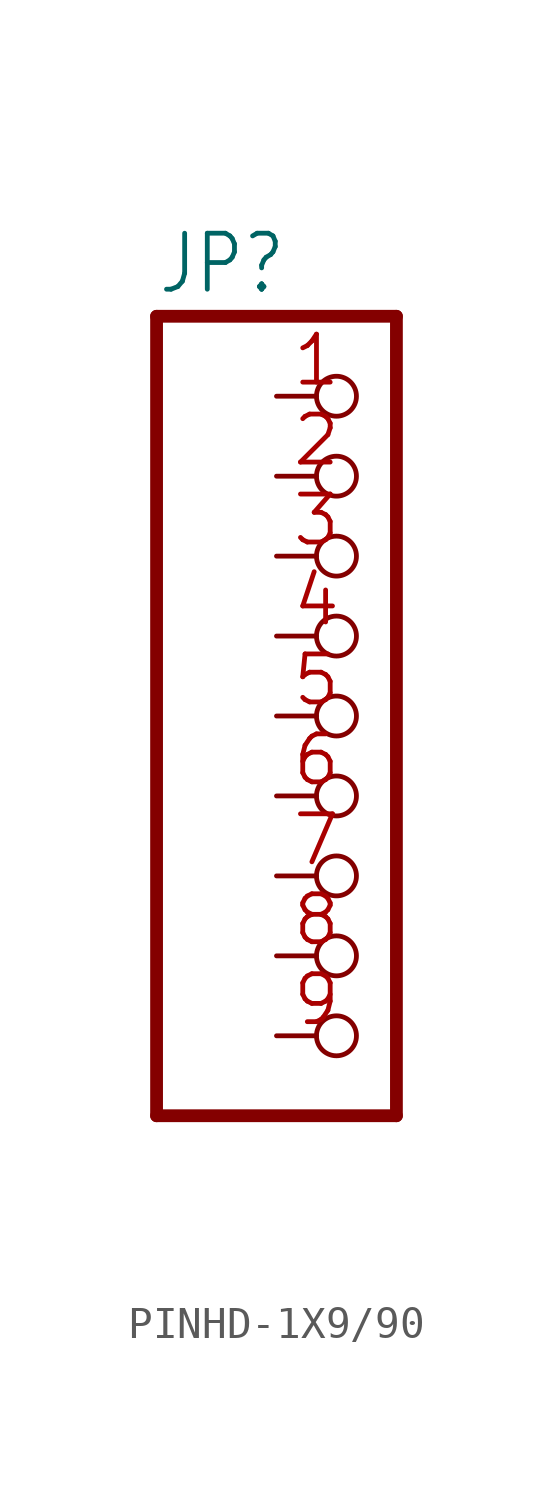
<source format=kicad_sym>
(kicad_symbol_lib
  (version 20241209)
  (generator "kicad_symbol_editor")
  (generator_version "9.0")
  (symbol "PINHD-1X9/90"
    (property "Reference" "JP"
      (at -6.35 13.335 0)
      (effects (font (size 1.778 1.511)) (justify left bottom)))
    (property "Value" ""
      (at -6.35 -15.24 0)
      (effects (font (size 1.778 1.511)) (justify left bottom)))
    (property "ki_locked" ""
      (at 0 0 0)
      (effects (font (size 1.27 1.27))))
    (symbol "PINHD-1X9/90_1_0"
      (polyline (pts (xy -6.35 12.7) (xy -6.35 -12.7)) (stroke (width 0.406) (type solid)) (fill (type none)))
      (polyline (pts (xy -6.35 -12.7) (xy 1.27 -12.7)) (stroke (width 0.406) (type solid)) (fill (type none)))
      (polyline (pts (xy 1.27 12.7) (xy -6.35 12.7)) (stroke (width 0.406) (type solid)) (fill (type none)))
      (polyline (pts (xy 1.27 -12.7) (xy 1.27 12.7)) (stroke (width 0.406) (type solid)) (fill (type none)))
      (pin passive inverted (at -2.54 10.16 0) (length 2.54) (name "1" (effects (font (size 0 0)))) (number "1" (effects (font (size 1.524 1.524)))))
      (pin passive inverted (at -2.54 7.62 0) (length 2.54) (name "2" (effects (font (size 0 0)))) (number "2" (effects (font (size 1.524 1.524)))))
      (pin passive inverted (at -2.54 5.08 0) (length 2.54) (name "3" (effects (font (size 0 0)))) (number "3" (effects (font (size 1.524 1.524)))))
      (pin passive inverted (at -2.54 2.54 0) (length 2.54) (name "4" (effects (font (size 0 0)))) (number "4" (effects (font (size 1.524 1.524)))))
      (pin passive inverted (at -2.54 0 0) (length 2.54) (name "5" (effects (font (size 0 0)))) (number "5" (effects (font (size 1.524 1.524)))))
      (pin passive inverted (at -2.54 -2.54 0) (length 2.54) (name "6" (effects (font (size 0 0)))) (number "6" (effects (font (size 1.524 1.524)))))
      (pin passive inverted (at -2.54 -5.08 0) (length 2.54) (name "7" (effects (font (size 0 0)))) (number "7" (effects (font (size 1.524 1.524)))))
      (pin passive inverted (at -2.54 -7.62 0) (length 2.54) (name "8" (effects (font (size 0 0)))) (number "8" (effects (font (size 1.524 1.524)))))
      (pin passive inverted (at -2.54 -10.16 0) (length 2.54) (name "9" (effects (font (size 0 0)))) (number "9" (effects (font (size 1.524 1.524))))))))
</source>
